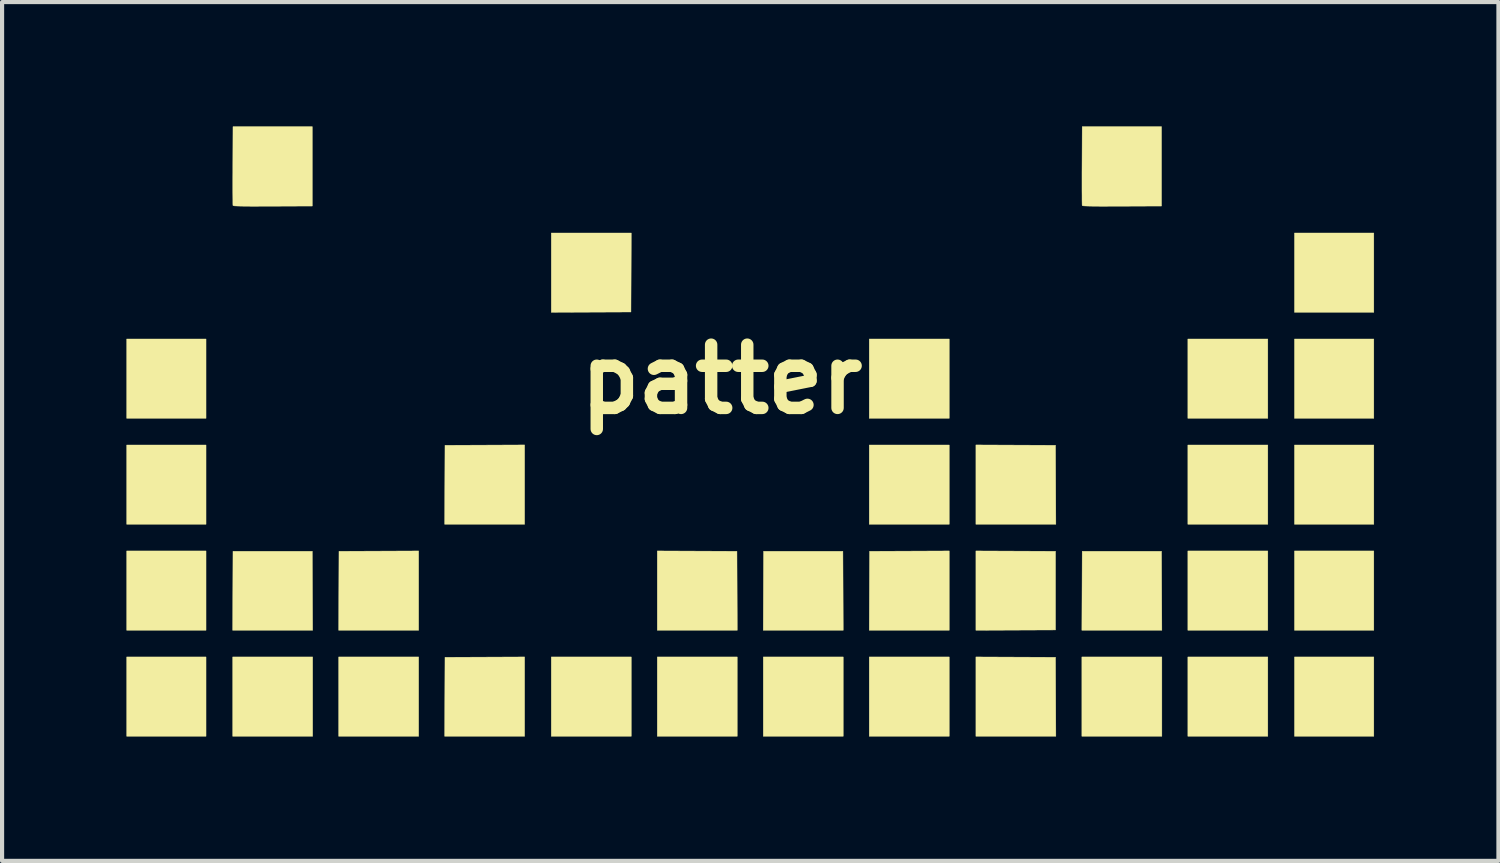
<source format=kicad_pcb>
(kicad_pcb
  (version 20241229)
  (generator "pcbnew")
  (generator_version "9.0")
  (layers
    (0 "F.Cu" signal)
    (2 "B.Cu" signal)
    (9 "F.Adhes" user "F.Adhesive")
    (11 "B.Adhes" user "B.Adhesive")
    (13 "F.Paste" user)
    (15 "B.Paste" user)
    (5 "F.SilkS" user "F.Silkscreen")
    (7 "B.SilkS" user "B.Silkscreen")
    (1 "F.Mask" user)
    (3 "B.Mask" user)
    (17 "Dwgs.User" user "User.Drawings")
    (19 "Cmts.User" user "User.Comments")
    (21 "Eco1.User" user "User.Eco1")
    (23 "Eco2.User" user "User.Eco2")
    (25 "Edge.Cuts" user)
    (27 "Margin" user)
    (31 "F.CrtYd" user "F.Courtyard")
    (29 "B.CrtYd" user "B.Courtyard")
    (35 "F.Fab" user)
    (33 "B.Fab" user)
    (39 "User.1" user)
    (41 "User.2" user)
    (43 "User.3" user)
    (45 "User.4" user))
  (footprint "pattern"
    (layer "F.Cu")
    (at 15.041 6.096)
    (property "Reference" "pattern" (at 0 0 0) (layer "F.SilkS") (effects (font (size 1.524 1.524) (thickness 0.3))))
    (attr through_hole)
    (fp_poly (pts (xy -13.123 0.941) (xy -15.036 0.941) (xy -15.036 -0.972) (xy -13.123 -0.972) (xy -13.123 0.941)) (stroke (width 0.01) (type solid)) (fill yes) (layer "F.SilkS"))
    (fp_poly (pts (xy -13.123 3.496) (xy -15.036 3.496) (xy -15.036 1.584) (xy -13.123 1.584) (xy -13.123 3.496)) (stroke (width 0.01) (type solid)) (fill yes) (layer "F.SilkS"))
    (fp_poly (pts (xy -13.123 6.052) (xy -15.036 6.052) (xy -15.036 4.139) (xy -13.123 4.139) (xy -13.123 6.052)) (stroke (width 0.01) (type solid)) (fill yes) (layer "F.SilkS"))
    (fp_poly (pts (xy -13.123 8.608) (xy -15.036 8.608) (xy -15.036 6.695) (xy -13.123 6.695) (xy -13.123 8.608)) (stroke (width 0.01) (type solid)) (fill yes) (layer "F.SilkS"))
    (fp_poly (pts (xy -10.552 8.608) (xy -12.48 8.608) (xy -12.48 6.695) (xy -10.552 6.695) (xy -10.552 8.608)) (stroke (width 0.01) (type solid)) (fill yes) (layer "F.SilkS"))
    (fp_poly (pts (xy -7.996 8.608) (xy -9.925 8.608) (xy -9.925 6.695) (xy -7.996 6.695) (xy -7.996 8.608)) (stroke (width 0.01) (type solid)) (fill yes) (layer "F.SilkS"))
    (fp_poly (pts (xy -2.869 8.608) (xy -4.798 8.608) (xy -4.798 6.695) (xy -2.869 6.695) (xy -2.869 8.608)) (stroke (width 0.01) (type solid)) (fill yes) (layer "F.SilkS"))
    (fp_poly (pts (xy -0.314 8.608) (xy -2.242 8.608) (xy -2.242 6.695) (xy -0.314 6.695) (xy -0.314 8.608)) (stroke (width 0.01) (type solid)) (fill yes) (layer "F.SilkS"))
    (fp_poly (pts (xy 2.242 8.608) (xy 0.314 8.608) (xy 0.314 6.695) (xy 2.242 6.695) (xy 2.242 8.608)) (stroke (width 0.01) (type solid)) (fill yes) (layer "F.SilkS"))
    (fp_poly (pts (xy 4.798 0.941) (xy 2.869 0.941) (xy 2.869 -0.972) (xy 4.798 -0.972) (xy 4.798 0.941)) (stroke (width 0.01) (type solid)) (fill yes) (layer "F.SilkS"))
    (fp_poly (pts (xy 4.798 3.496) (xy 2.869 3.496) (xy 2.869 1.584) (xy 4.798 1.584) (xy 4.798 3.496)) (stroke (width 0.01) (type solid)) (fill yes) (layer "F.SilkS"))
    (fp_poly (pts (xy 4.798 8.608) (xy 2.869 8.608) (xy 2.869 6.695) (xy 4.798 6.695) (xy 4.798 8.608)) (stroke (width 0.01) (type solid)) (fill yes) (layer "F.SilkS"))
    (fp_poly (pts (xy 9.925 8.608) (xy 7.996 8.608) (xy 7.996 6.695) (xy 9.925 6.695) (xy 9.925 8.608)) (stroke (width 0.01) (type solid)) (fill yes) (layer "F.SilkS"))
    (fp_poly (pts (xy 12.48 0.941) (xy 10.552 0.941) (xy 10.552 -0.972) (xy 12.48 -0.972) (xy 12.48 0.941)) (stroke (width 0.01) (type solid)) (fill yes) (layer "F.SilkS"))
    (fp_poly (pts (xy 12.48 3.496) (xy 10.552 3.496) (xy 10.552 1.584) (xy 12.48 1.584) (xy 12.48 3.496)) (stroke (width 0.01) (type solid)) (fill yes) (layer "F.SilkS"))
    (fp_poly (pts (xy 12.48 6.052) (xy 10.552 6.052) (xy 10.552 4.139) (xy 12.48 4.139) (xy 12.48 6.052)) (stroke (width 0.01) (type solid)) (fill yes) (layer "F.SilkS"))
    (fp_poly (pts (xy 12.48 8.608) (xy 10.552 8.608) (xy 10.552 6.695) (xy 12.48 6.695) (xy 12.48 8.608)) (stroke (width 0.01) (type solid)) (fill yes) (layer "F.SilkS"))
    (fp_poly (pts (xy 15.036 -1.615) (xy 13.123 -1.615) (xy 13.123 -3.528) (xy 15.036 -3.528) (xy 15.036 -1.615)) (stroke (width 0.01) (type solid)) (fill yes) (layer "F.SilkS"))
    (fp_poly (pts (xy 15.036 0.941) (xy 13.123 0.941) (xy 13.123 -0.972) (xy 15.036 -0.972) (xy 15.036 0.941)) (stroke (width 0.01) (type solid)) (fill yes) (layer "F.SilkS"))
    (fp_poly (pts (xy 15.036 3.496) (xy 13.123 3.496) (xy 13.123 1.584) (xy 15.036 1.584) (xy 15.036 3.496)) (stroke (width 0.01) (type solid)) (fill yes) (layer "F.SilkS"))
    (fp_poly (pts (xy 15.036 6.052) (xy 13.123 6.052) (xy 13.123 4.139) (xy 15.036 4.139) (xy 15.036 6.052)) (stroke (width 0.01) (type solid)) (fill yes) (layer "F.SilkS"))
    (fp_poly (pts (xy 15.036 8.608) (xy 13.123 8.608) (xy 13.123 6.695) (xy 15.036 6.695) (xy 15.036 8.608)) (stroke (width 0.01) (type solid)) (fill yes) (layer "F.SilkS"))
    (fp_poly (pts (xy -10.552 6.052) (xy -12.481 6.052) (xy -12.477 5.1) (xy -12.473 4.147) (xy -10.56 4.147) (xy -10.552 6.052)) (stroke (width 0.01) (type solid)) (fill yes) (layer "F.SilkS"))
    (fp_poly (pts (xy -2.877 -1.623) (xy -3.837 -1.619) (xy -4.798 -1.615) (xy -4.798 -3.528) (xy -2.869 -3.528) (xy -2.877 -1.623)) (stroke (width 0.01) (type solid)) (fill yes) (layer "F.SilkS"))
    (fp_poly (pts (xy -1.282 4.143) (xy -0.321 4.147) (xy -0.313 6.052) (xy -2.242 6.052) (xy -2.242 4.139) (xy -1.282 4.143)) (stroke (width 0.01) (type solid)) (fill yes) (layer "F.SilkS"))
    (fp_poly (pts (xy -7.996 6.052) (xy -9.925 6.052) (xy -9.921 5.1) (xy -9.917 4.147) (xy -8.957 4.143) (xy -7.996 4.139) (xy -7.996 6.052)) (stroke (width 0.01) (type solid)) (fill yes) (layer "F.SilkS"))
    (fp_poly (pts (xy -5.441 3.496) (xy -7.369 3.496) (xy -7.365 2.544) (xy -7.361 1.591) (xy -6.401 1.587) (xy -5.441 1.583) (xy -5.441 3.496)) (stroke (width 0.01) (type solid)) (fill yes) (layer "F.SilkS"))
    (fp_poly (pts (xy -5.441 8.608) (xy -7.369 8.608) (xy -7.365 7.655) (xy -7.361 6.703) (xy -6.401 6.699) (xy -5.441 6.695) (xy -5.441 8.608)) (stroke (width 0.01) (type solid)) (fill yes) (layer "F.SilkS"))
    (fp_poly (pts (xy 2.238 5.1) (xy 2.242 6.052) (xy 0.313 6.052) (xy 0.317 5.1) (xy 0.321 4.147) (xy 2.234 4.147) (xy 2.238 5.1)) (stroke (width 0.01) (type solid)) (fill yes) (layer "F.SilkS"))
    (fp_poly (pts (xy 4.798 6.052) (xy 2.869 6.052) (xy 2.873 5.1) (xy 2.877 4.147) (xy 3.837 4.143) (xy 4.798 4.139) (xy 4.798 6.052)) (stroke (width 0.01) (type solid)) (fill yes) (layer "F.SilkS"))
    (fp_poly (pts (xy 6.401 1.587) (xy 7.361 1.591) (xy 7.365 2.544) (xy 7.369 3.496) (xy 5.441 3.496) (xy 5.441 1.583) (xy 6.401 1.587)) (stroke (width 0.01) (type solid)) (fill yes) (layer "F.SilkS"))
    (fp_poly (pts (xy 6.401 4.143) (xy 7.361 4.147) (xy 7.361 6.044) (xy 6.401 6.048) (xy 5.441 6.052) (xy 5.441 4.139) (xy 6.401 4.143)) (stroke (width 0.01) (type solid)) (fill yes) (layer "F.SilkS"))
    (fp_poly (pts (xy 6.401 6.699) (xy 7.361 6.703) (xy 7.365 7.655) (xy 7.369 8.608) (xy 5.441 8.608) (xy 5.441 6.695) (xy 6.401 6.699)) (stroke (width 0.01) (type solid)) (fill yes) (layer "F.SilkS"))
    (fp_poly (pts (xy 9.921 5.1) (xy 9.925 6.052) (xy 7.996 6.052) (xy 8 5.1) (xy 8.004 4.147) (xy 9.917 4.147) (xy 9.921 5.1)) (stroke (width 0.01) (type solid)) (fill yes) (layer "F.SilkS"))
    (fp_poly (pts (xy -10.56 -4.178) (xy -11.513 -4.174) (xy -11.717 -4.174) (xy -11.892 -4.173) (xy -12.04 -4.173) (xy -12.162 -4.174) (xy -12.261 -4.175) (xy -12.338 -4.177) (xy -12.396 -4.179) (xy -12.436 -4.181) (xy -12.461 -4.185) (xy -12.472 -4.189) (xy -12.473 -4.19) (xy -12.475 -4.209) (xy -12.476 -4.256) (xy -12.476 -4.33) (xy -12.477 -4.426) (xy -12.478 -4.542) (xy -12.478 -4.676) (xy -12.478 -4.824) (xy -12.477 -4.985) (xy -12.477 -5.151) (xy -12.473 -6.091) (xy -10.56 -6.091) (xy -10.56 -4.178)) (stroke (width 0.01) (type solid)) (fill yes) (layer "F.SilkS"))
    (fp_poly (pts (xy 9.917 -4.178) (xy 8.964 -4.174) (xy 8.76 -4.174) (xy 8.585 -4.173) (xy 8.437 -4.173) (xy 8.315 -4.174) (xy 8.216 -4.175) (xy 8.139 -4.177) (xy 8.081 -4.179) (xy 8.04 -4.181) (xy 8.016 -4.185) (xy 8.005 -4.189) (xy 8.004 -4.19) (xy 8.002 -4.209) (xy 8.001 -4.256) (xy 8 -4.33) (xy 8 -4.426) (xy 7.999 -4.542) (xy 7.999 -4.676) (xy 7.999 -4.824) (xy 7.999 -4.985) (xy 8 -5.151) (xy 8.004 -6.091) (xy 9.917 -6.091) (xy 9.917 -4.178)) (stroke (width 0.01) (type solid)) (fill yes) (layer "F.SilkS")))
  (gr_rect
    (start -3 -3)
    (end 33.082 17.709)
    (stroke (width 0.1) (type default))
    (fill no)
    (layer "Edge.Cuts")))
</source>
